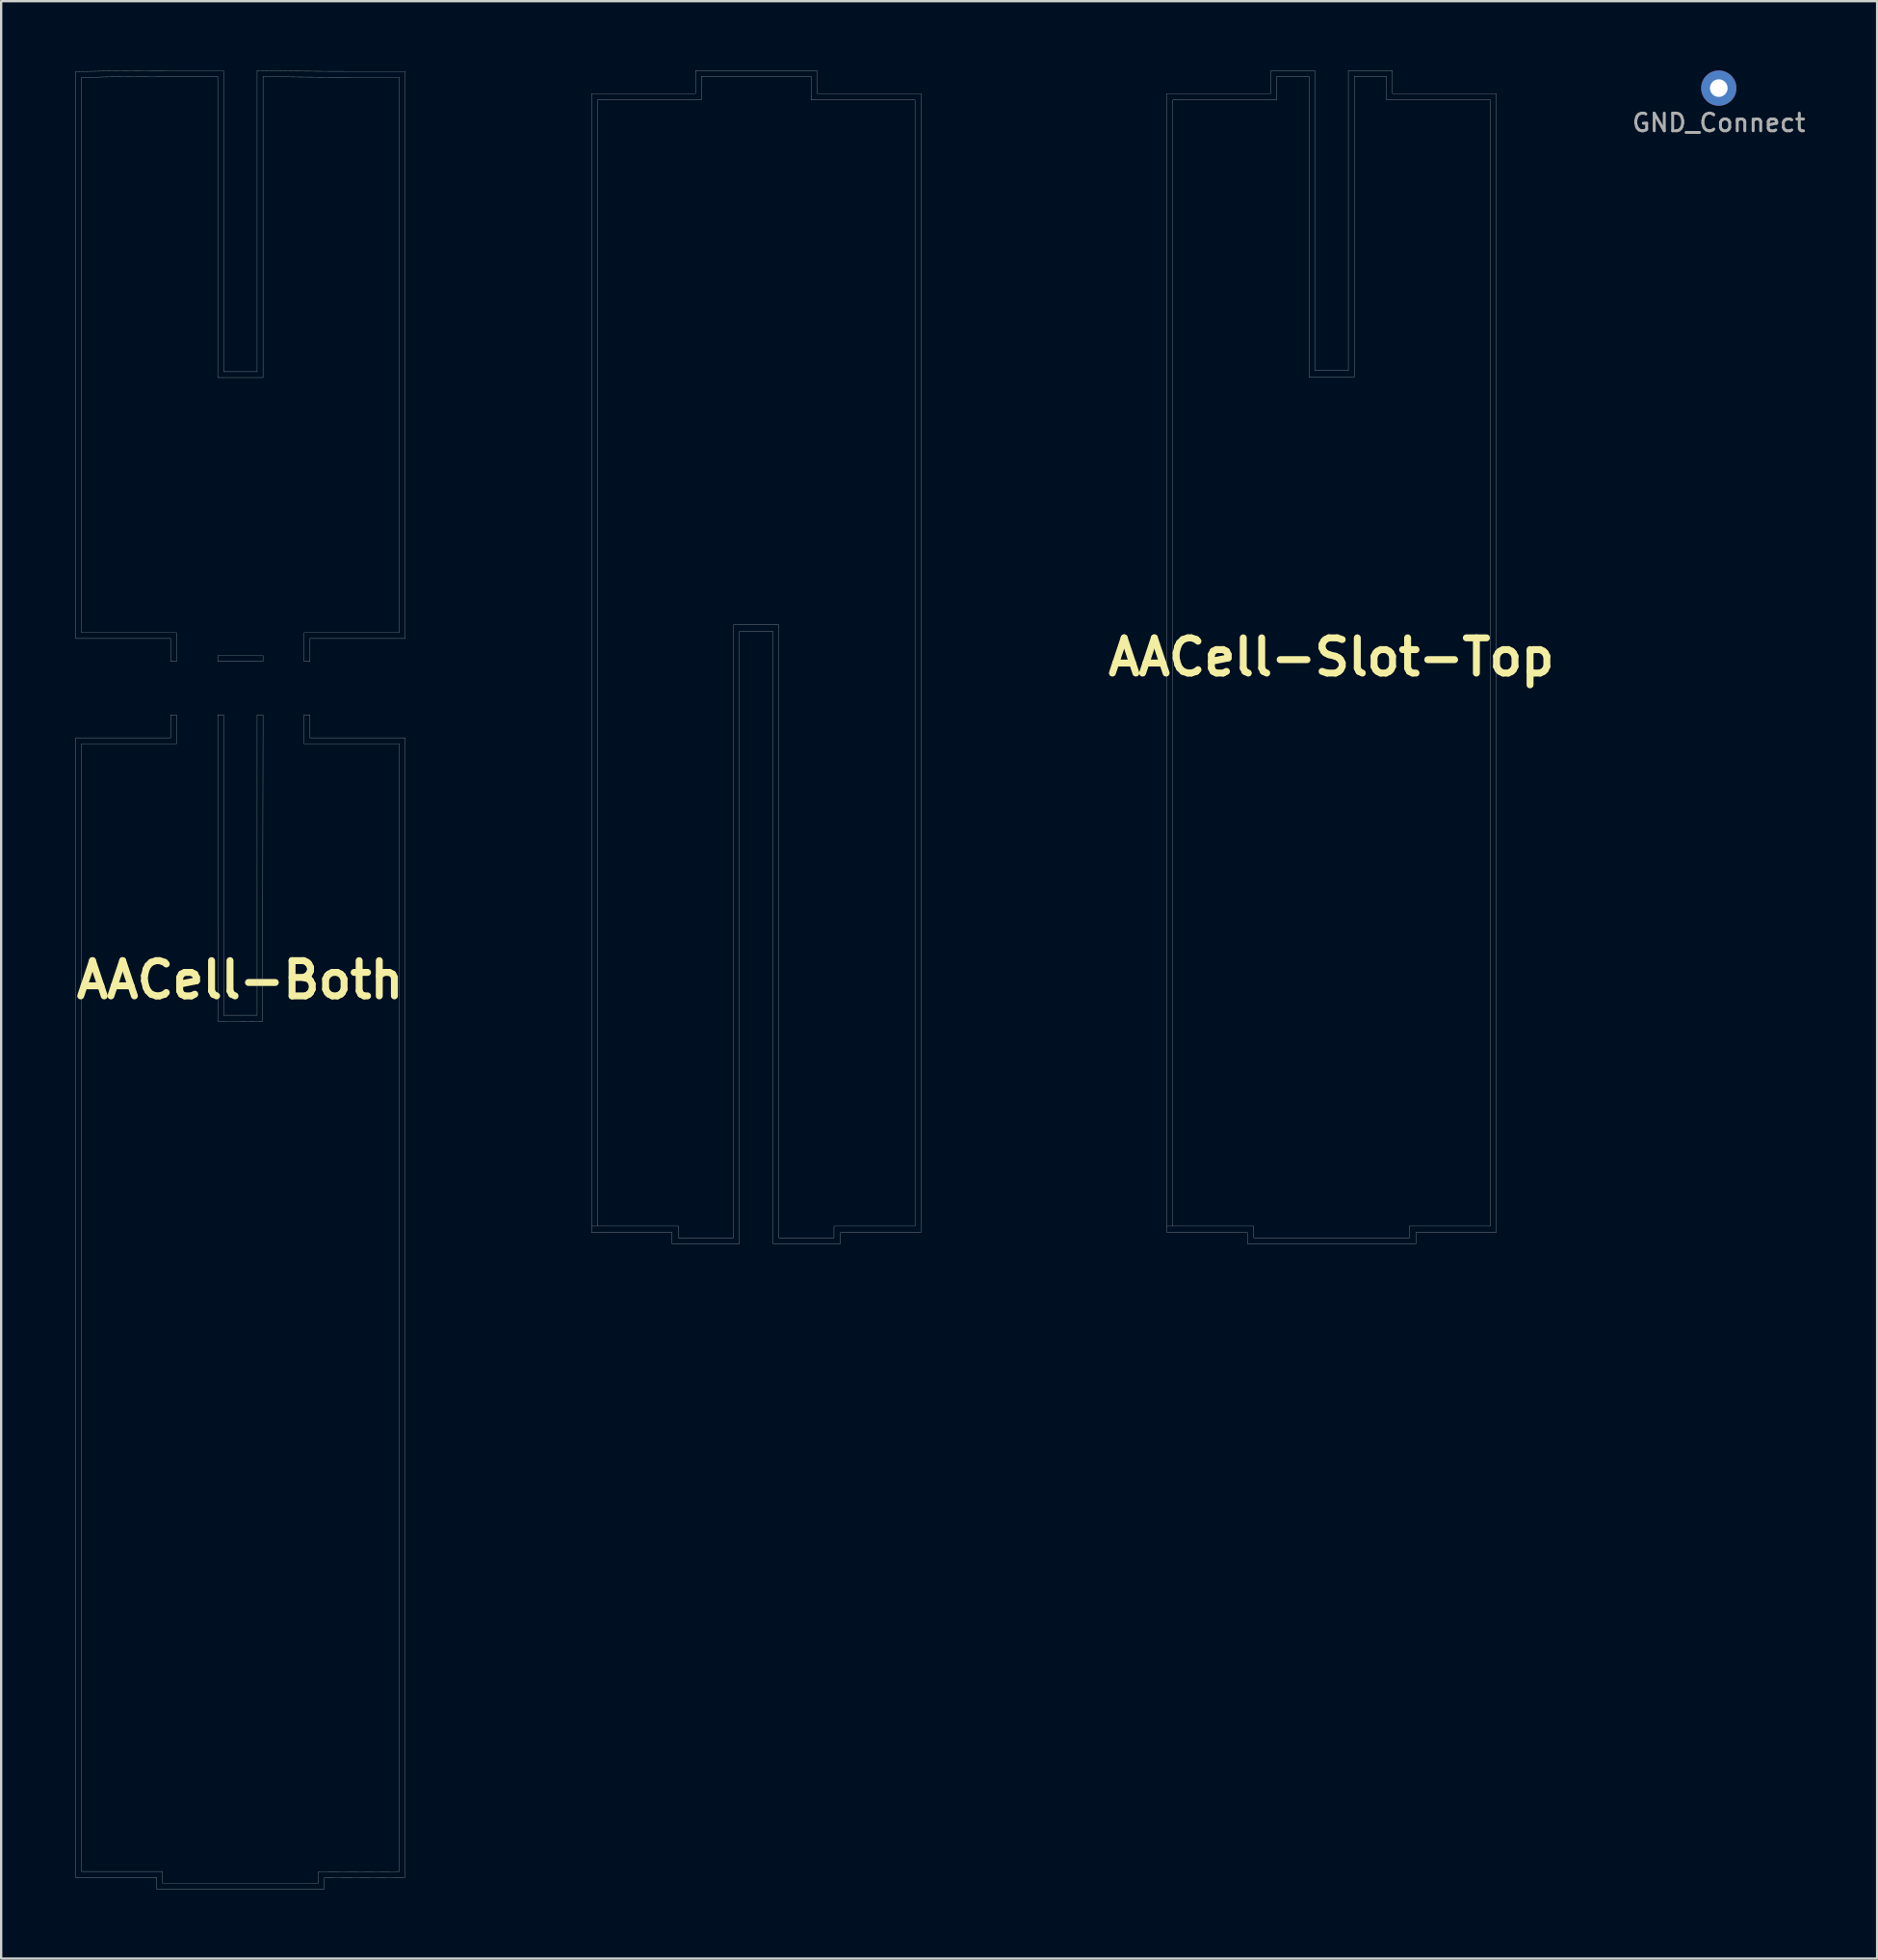
<source format=kicad_pcb>
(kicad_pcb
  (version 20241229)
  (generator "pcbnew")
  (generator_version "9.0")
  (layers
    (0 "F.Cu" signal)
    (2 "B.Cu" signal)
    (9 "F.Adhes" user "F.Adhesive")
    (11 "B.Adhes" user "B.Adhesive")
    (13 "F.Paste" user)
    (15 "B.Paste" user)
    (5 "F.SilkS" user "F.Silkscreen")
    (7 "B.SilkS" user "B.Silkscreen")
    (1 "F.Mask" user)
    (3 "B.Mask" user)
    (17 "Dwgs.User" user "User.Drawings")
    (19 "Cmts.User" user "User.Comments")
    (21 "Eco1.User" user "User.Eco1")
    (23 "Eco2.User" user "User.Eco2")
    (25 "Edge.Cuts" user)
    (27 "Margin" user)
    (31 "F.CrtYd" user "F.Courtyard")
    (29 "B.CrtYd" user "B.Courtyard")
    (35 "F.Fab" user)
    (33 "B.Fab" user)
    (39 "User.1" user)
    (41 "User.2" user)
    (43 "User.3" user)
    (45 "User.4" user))
  (footprint "AACell-Slot-Bottom"
    (layer "F.Cu")
    (at 29.656 25.38)
    (property "Reference" "AACell-Slot-Bottom" (at 0 0 0) (layer "Eco1.User") (effects (font (size 1.524 1.524) (thickness 0.3))))
    (attr through_hole)
    (fp_poly (pts (xy 2.642 -24.384) (xy 7.137 -24.384) (xy 7.137 24.892) (xy 3.658 24.892) (xy 3.658 25.375) (xy 0.737 25.375) (xy 0.737 -1.118) (xy -0.711 -1.118) (xy -0.711 25.375) (xy -3.632 25.375) (xy -3.632 24.892) (xy -7.112 24.892) (xy -7.112 -24.105) (xy -6.858 -24.105) (xy -6.858 24.613) (xy -3.353 24.613) (xy -3.353 25.121) (xy -0.965 25.121) (xy -0.965 -1.397) (xy 0.991 -1.397) (xy 0.991 25.121) (xy 3.378 25.121) (xy 3.378 24.613) (xy 6.883 24.613) (xy 6.883 -24.105) (xy 2.388 -24.105) (xy 2.388 -25.121) (xy -2.362 -25.121) (xy -2.362 -24.105) (xy -6.858 -24.105) (xy -7.112 -24.105) (xy -7.112 -24.384) (xy -2.616 -24.384) (xy -2.616 -25.375) (xy 2.642 -25.375) (xy 2.642 -24.384)) (stroke (width 0.01) (type solid)) (fill no) (layer "Edge.Cuts")))
  (footprint "GND_Connect"
    (layer "F.Cu")
    (at 71.316 0.762)
    (property "Reference" "GND_Connect" (at 0 1.499 0) (layer "F.Fab") (effects (font (size 0.762 0.762) (thickness 0.127))))
    (attr through_hole)
    (pad "1" thru_hole circle (at 0 0) (size 1.524 1.524) (drill 0.762) (layers "*.Cu" "*.Mask")))
  (footprint "AACell-Both"
    (layer "F.Cu")
    (at 7.337 39.346)
    (property "Reference" "AACell-Both" (at 0 0 0) (layer "F.SilkS") (effects (font (size 1.524 1.524) (thickness 0.3))))
    (attr through_hole)
    (fp_poly (pts (xy 0.992 -13.781) (xy -0.966 -13.781) (xy -0.966 -14.035) (xy 0.992 -14.035) (xy 0.992 -13.781)) (stroke (width 0.01) (type solid)) (fill no) (layer "Edge.Cuts"))
    (fp_poly (pts (xy -2.746 -10.221) (xy -6.865 -10.221) (xy -6.865 38.57) (xy -3.356 38.57) (xy -3.356 39.079) (xy 3.38 39.079) (xy 3.394 38.583) (xy 5.142 38.577) (xy 6.89 38.57) (xy 6.89 -10.221) (xy 2.771 -10.221) (xy 2.771 -11.467) (xy 3.026 -11.467) (xy 3.026 -10.475) (xy 7.145 -10.475) (xy 7.145 38.824) (xy 5.397 38.831) (xy 3.649 38.837) (xy 3.634 39.333) (xy -3.61 39.333) (xy -3.61 38.825) (xy -7.119 38.825) (xy -7.119 -10.475) (xy -3 -10.475) (xy -3 -11.467) (xy -2.746 -11.467) (xy -2.746 -10.221)) (stroke (width 0.01) (type solid)) (fill no) (layer "Edge.Cuts"))
    (fp_poly (pts (xy -0.712 1.526) (xy 0.737 1.526) (xy 0.737 -11.467) (xy 0.992 -11.467) (xy 0.985 -4.837) (xy 0.979 1.792) (xy 0.024 1.799) (xy -0.192 1.8) (xy -0.391 1.8) (xy -0.569 1.8) (xy -0.719 1.798) (xy -0.836 1.796) (xy -0.915 1.793) (xy -0.948 1.789) (xy -0.949 1.789) (xy -0.95 1.762) (xy -0.952 1.687) (xy -0.953 1.565) (xy -0.955 1.398) (xy -0.956 1.189) (xy -0.957 0.94) (xy -0.959 0.653) (xy -0.96 0.33) (xy -0.961 -0.027) (xy -0.962 -0.416) (xy -0.963 -0.835) (xy -0.963 -1.281) (xy -0.964 -1.753) (xy -0.965 -2.248) (xy -0.965 -2.764) (xy -0.966 -3.299) (xy -0.966 -3.852) (xy -0.966 -4.419) (xy -0.966 -4.848) (xy -0.966 -11.467) (xy -0.712 -11.467) (xy -0.712 1.526)) (stroke (width 0.01) (type solid)) (fill no) (layer "Edge.Cuts"))
    (fp_poly (pts (xy 1.862 -39.325) (xy 2.075 -39.322) (xy 2.332 -39.319) (xy 2.625 -39.317) (xy 2.948 -39.315) (xy 3.294 -39.313) (xy 3.655 -39.311) (xy 4.025 -39.31) (xy 4.397 -39.309) (xy 4.763 -39.308) (xy 5.066 -39.308) (xy 7.145 -39.308) (xy 7.145 -14.772) (xy 3.026 -14.772) (xy 3.026 -13.781) (xy 2.771 -13.781) (xy 2.771 -15.026) (xy 6.89 -15.026) (xy 6.89 -39.053) (xy 4.875 -39.053) (xy 4.53 -39.054) (xy 4.178 -39.054) (xy 3.825 -39.055) (xy 3.479 -39.057) (xy 3.144 -39.059) (xy 2.83 -39.061) (xy 2.541 -39.063) (xy 2.284 -39.065) (xy 2.067 -39.068) (xy 1.926 -39.07) (xy 0.992 -39.087) (xy 0.992 -26.061) (xy -0.966 -26.061) (xy -0.966 -39.079) (xy -3.034 -39.079) (xy -3.381 -39.079) (xy -3.733 -39.078) (xy -4.084 -39.077) (xy -4.428 -39.076) (xy -4.758 -39.074) (xy -5.069 -39.072) (xy -5.353 -39.07) (xy -5.605 -39.067) (xy -5.819 -39.065) (xy -5.984 -39.062) (xy -6.865 -39.045) (xy -6.865 -15.026) (xy -2.746 -15.026) (xy -2.746 -13.781) (xy -3 -13.781) (xy -3 -14.772) (xy -7.119 -14.772) (xy -7.119 -39.299) (xy -6.047 -39.316) (xy -5.846 -39.319) (xy -5.601 -39.322) (xy -5.319 -39.324) (xy -5.006 -39.326) (xy -4.668 -39.328) (xy -4.314 -39.33) (xy -3.948 -39.331) (xy -3.578 -39.332) (xy -3.211 -39.333) (xy -2.853 -39.333) (xy -0.712 -39.333) (xy -0.712 -26.315) (xy 0.737 -26.315) (xy 0.737 -39.341) (xy 1.862 -39.325)) (stroke (width 0.01) (type solid)) (fill no) (layer "Edge.Cuts")))
  (footprint "AACell-Slot-Top"
    (layer "F.Cu")
    (at 54.551 25.38)
    (property "Reference" "AACell-Slot-Top" (at 0 0 0) (layer "F.SilkS") (effects (font (size 1.524 1.524) (thickness 0.3))))
    (attr through_hole)
    (fp_poly (pts (xy -0.711 -12.395) (xy 0.737 -12.395) (xy 0.737 -25.375) (xy 2.642 -25.375) (xy 2.642 -24.384) (xy 7.137 -24.384) (xy 7.137 24.892) (xy 3.658 24.892) (xy 3.658 25.375) (xy -3.632 25.375) (xy -3.632 24.892) (xy -7.112 24.892) (xy -7.112 -24.105) (xy -6.858 -24.105) (xy -6.858 24.613) (xy -3.353 24.613) (xy -3.353 25.121) (xy 3.378 25.121) (xy 3.378 24.613) (xy 6.883 24.613) (xy 6.883 -24.105) (xy 2.388 -24.105) (xy 2.388 -25.121) (xy 0.991 -25.121) (xy 0.991 -12.116) (xy -0.965 -12.116) (xy -0.965 -25.121) (xy -2.362 -25.121) (xy -2.362 -24.105) (xy -6.858 -24.105) (xy -7.112 -24.105) (xy -7.112 -24.384) (xy -2.616 -24.384) (xy -2.616 -25.375) (xy -0.711 -25.375) (xy -0.711 -12.395)) (stroke (width 0.01) (type solid)) (fill no) (layer "Edge.Cuts")))
  (gr_rect
    (start -3 -3)
    (end 78.167 81.685)
    (stroke (width 0.1) (type default))
    (fill no)
    (layer "Edge.Cuts")))
</source>
